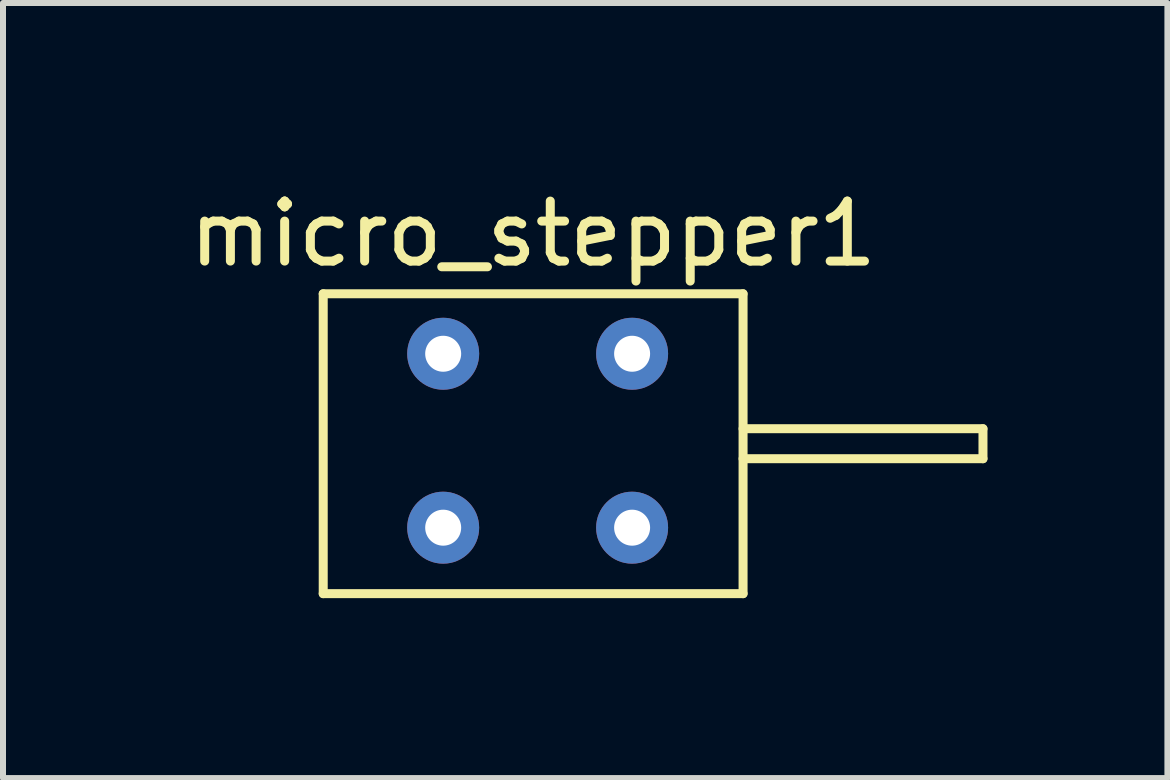
<source format=kicad_pcb>
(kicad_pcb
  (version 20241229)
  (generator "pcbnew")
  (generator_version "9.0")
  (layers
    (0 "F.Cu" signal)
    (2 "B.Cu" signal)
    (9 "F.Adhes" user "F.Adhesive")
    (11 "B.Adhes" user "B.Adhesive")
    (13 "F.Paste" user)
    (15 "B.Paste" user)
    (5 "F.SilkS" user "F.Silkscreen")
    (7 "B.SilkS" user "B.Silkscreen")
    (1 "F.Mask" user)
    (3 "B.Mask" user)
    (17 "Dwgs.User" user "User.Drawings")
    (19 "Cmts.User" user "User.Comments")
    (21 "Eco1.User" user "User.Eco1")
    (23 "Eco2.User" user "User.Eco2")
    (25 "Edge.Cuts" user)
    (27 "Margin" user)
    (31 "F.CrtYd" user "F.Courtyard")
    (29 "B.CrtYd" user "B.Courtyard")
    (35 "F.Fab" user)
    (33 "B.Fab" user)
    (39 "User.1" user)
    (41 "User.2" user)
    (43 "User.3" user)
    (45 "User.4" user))
  (footprint "micro_stepper1"
    (layer "F.Cu")
    (at 5.839 4.348)
    (property "Reference" "micro_stepper1" (at 0 -3.5 0) (layer "F.SilkS") (effects (font (size 1 1) (thickness 0.15))))
    (attr through_hole)
    (fp_line (start -3.5 -2.5) (end -3.5 2.5) (stroke (width 0.15) (type solid)) (layer "F.SilkS"))
    (fp_line (start -3.5 2.5) (end 3.5 2.5) (stroke (width 0.15) (type solid)) (layer "F.SilkS"))
    (fp_line (start 3.5 -2.5) (end -3.5 -2.5) (stroke (width 0.15) (type solid)) (layer "F.SilkS"))
    (fp_line (start 3.5 -0.25) (end 7.5 -0.25) (stroke (width 0.15) (type solid)) (layer "F.SilkS"))
    (fp_line (start 3.5 2.5) (end 3.5 -2.5) (stroke (width 0.15) (type solid)) (layer "F.SilkS"))
    (fp_line (start 7.5 -0.25) (end 7.5 0.25) (stroke (width 0.15) (type solid)) (layer "F.SilkS"))
    (fp_line (start 7.5 0.25) (end 3.5 0.25) (stroke (width 0.15) (type solid)) (layer "F.SilkS"))
    (pad "1" thru_hole circle (at -1.5 -1.5) (size 1.2 1.2) (drill 0.6) (layers "*.Cu" "*.Mask"))
    (pad "2" thru_hole circle (at -1.5 1.4) (size 1.2 1.2) (drill 0.6) (layers "*.Cu" "*.Mask"))
    (pad "3" thru_hole circle (at 1.65 -1.5) (size 1.2 1.2) (drill 0.6) (layers "*.Cu" "*.Mask"))
    (pad "4" thru_hole circle (at 1.65 1.4) (size 1.2 1.2) (drill 0.6) (layers "*.Cu" "*.Mask")))
  (gr_rect
    (start -3 -3)
    (end 16.414 9.923)
    (stroke (width 0.1) (type default))
    (fill no)
    (layer "Edge.Cuts")))
</source>
